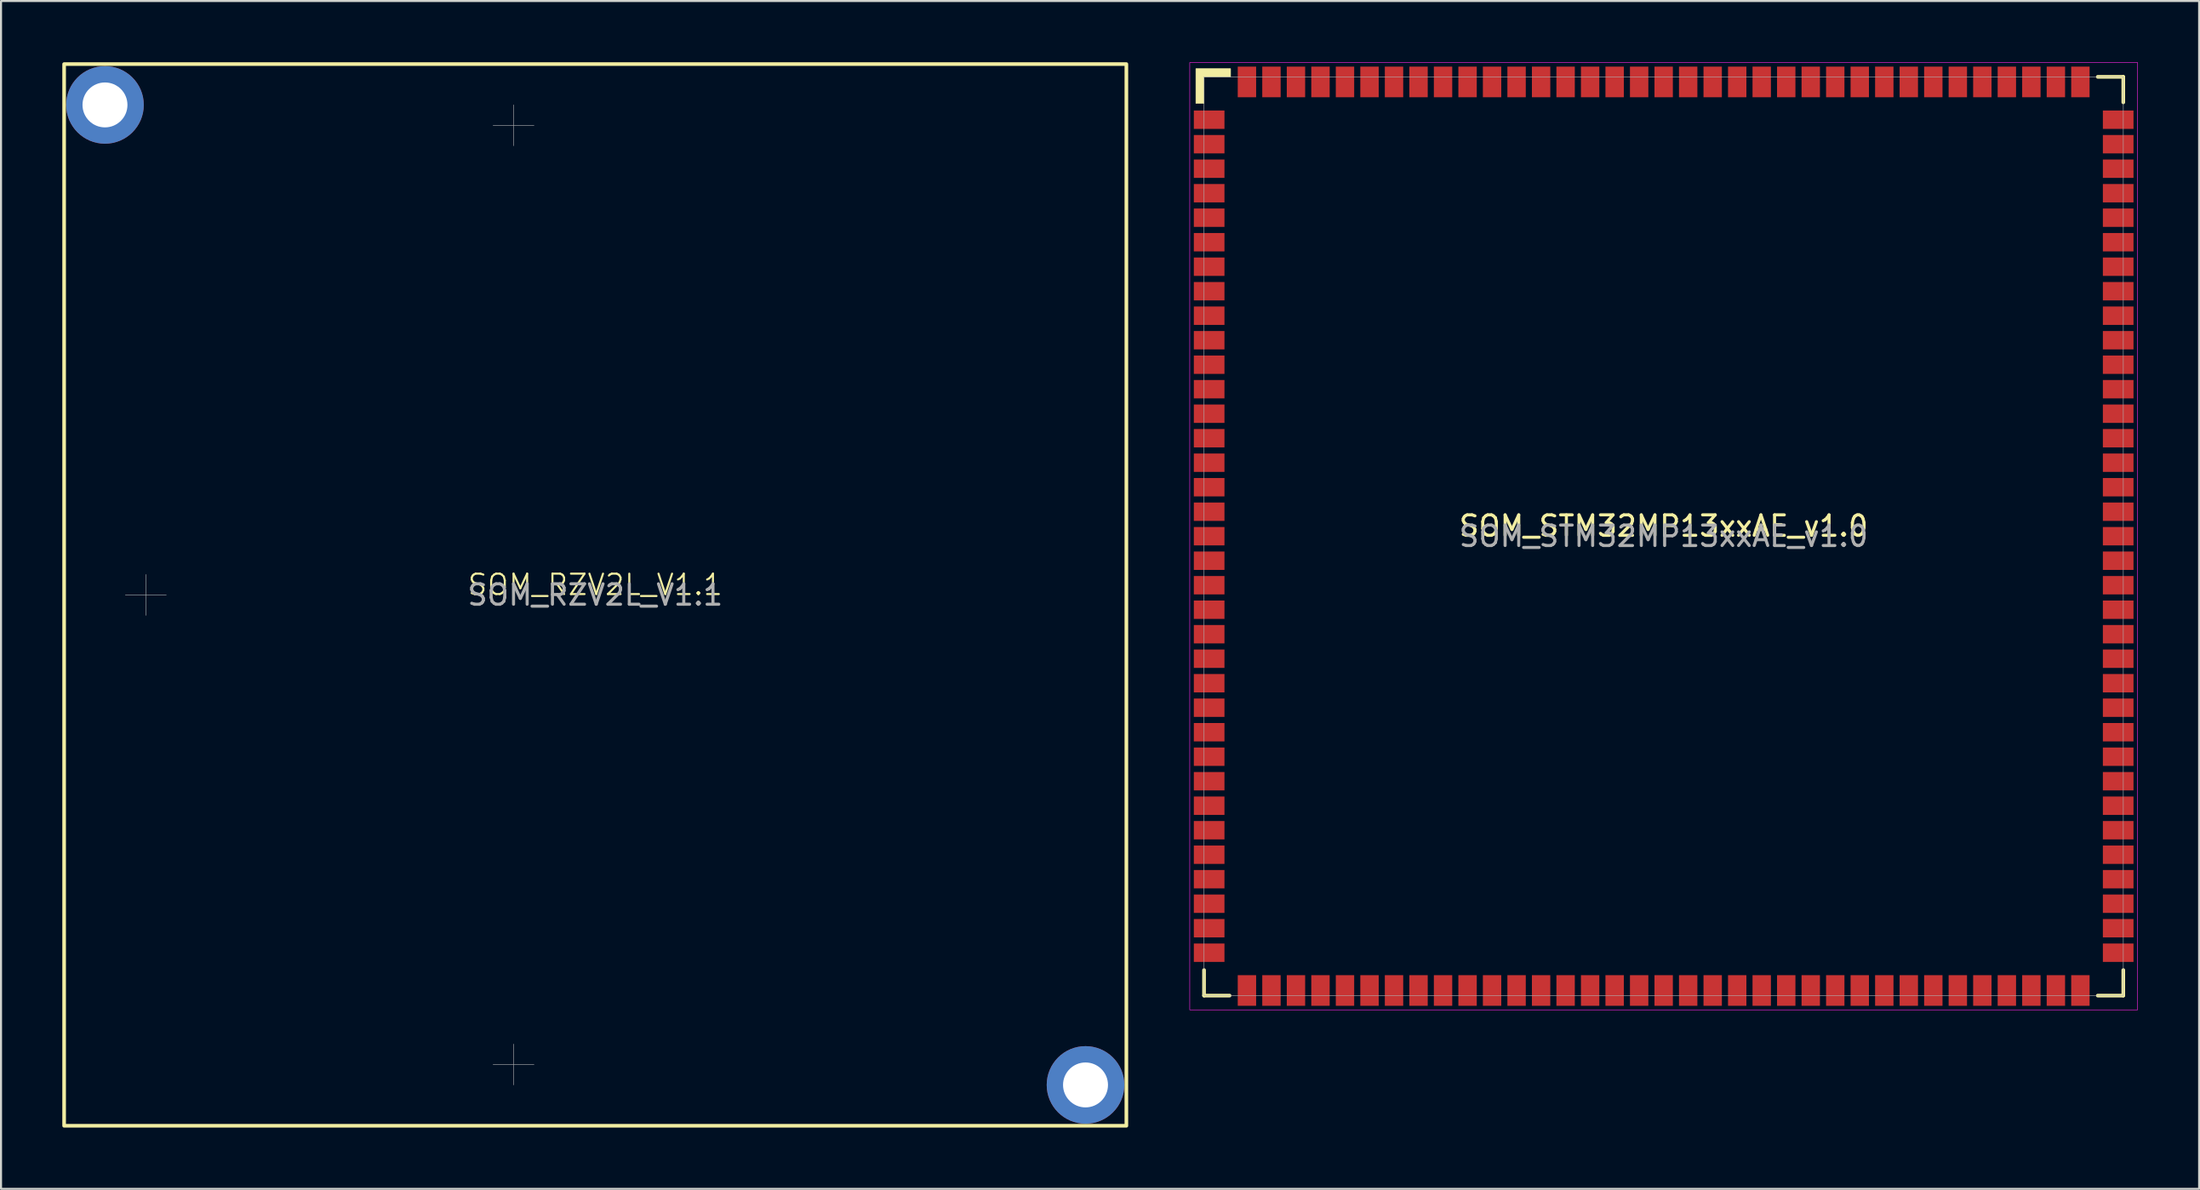
<source format=kicad_pcb>
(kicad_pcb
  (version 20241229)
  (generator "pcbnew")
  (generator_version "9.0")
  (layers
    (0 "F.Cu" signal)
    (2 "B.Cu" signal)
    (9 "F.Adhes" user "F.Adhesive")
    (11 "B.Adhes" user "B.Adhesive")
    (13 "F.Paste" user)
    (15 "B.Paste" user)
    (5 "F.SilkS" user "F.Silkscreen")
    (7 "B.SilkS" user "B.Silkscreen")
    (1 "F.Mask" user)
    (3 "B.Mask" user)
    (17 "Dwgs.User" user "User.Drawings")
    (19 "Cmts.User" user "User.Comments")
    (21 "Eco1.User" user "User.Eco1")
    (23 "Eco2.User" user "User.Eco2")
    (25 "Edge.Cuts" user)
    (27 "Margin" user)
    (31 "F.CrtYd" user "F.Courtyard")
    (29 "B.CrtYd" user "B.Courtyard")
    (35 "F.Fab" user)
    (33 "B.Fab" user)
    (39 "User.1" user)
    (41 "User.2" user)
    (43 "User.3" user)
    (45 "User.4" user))
  (footprint "SOM_RZV2L_V1.1"
    (layer "F.Cu")
    (at 26.089 26.089)
    (property "Reference" "SOM_RZV2L_V1.1" (at 0 -0.5 0) (unlocked yes) (layer "F.SilkS") (effects (font (size 1 1) (thickness 0.1))))
    (attr through_hole)
    (fp_rect (start -26 -26) (end 26 26) (stroke (width 0.178) (type solid)) (fill no) (layer "F.SilkS"))
    (fp_line (start -23 0) (end -21 0) (stroke (width 0.025) (type solid)) (layer "F.Fab"))
    (fp_line (start -22 1) (end -22 -1) (stroke (width 0.025) (type solid)) (layer "F.Fab"))
    (fp_line (start -5 -23) (end -3 -23) (stroke (width 0.025) (type solid)) (layer "F.Fab"))
    (fp_line (start -5 23) (end -3 23) (stroke (width 0.025) (type solid)) (layer "F.Fab"))
    (fp_line (start -4 -22) (end -4 -24) (stroke (width 0.025) (type solid)) (layer "F.Fab"))
    (fp_line (start -4 24) (end -4 22) (stroke (width 0.025) (type solid)) (layer "F.Fab"))
    (fp_text user "${REFERENCE}" (at 0 0 0) (unlocked yes) (layer "F.Fab") (effects (font (size 1 1) (thickness 0.15))))
    (pad "SH" thru_hole circle (at -24 -24) (size 3.8 3.8) (drill 2.2) (layers "*.Cu" "*.Mask"))
    (pad "SH" thru_hole circle (at 24 24) (size 3.8 3.8) (drill 2.2) (layers "*.Cu" "*.Mask")))
  (footprint "SOM_STM32MP13xxAE_v1.0"
    (layer "F.Cu")
    (at 78.391 23.213)
    (property "Reference" "SOM_STM32MP13xxAE_v1.0" (at 0 -0.5 0) (unlocked yes) (layer "F.SilkS") (effects (font (size 1 1) (thickness 0.15))))
    (attr smd)
    (fp_line (start -22.5 21.25) (end -22.5 22.5) (stroke (width 0.178) (type default)) (layer "F.SilkS"))
    (fp_line (start -21.25 22.5) (end -22.5 22.5) (stroke (width 0.178) (type default)) (layer "F.SilkS"))
    (fp_line (start 21.25 -22.5) (end 22.5 -22.5) (stroke (width 0.178) (type default)) (layer "F.SilkS"))
    (fp_line (start 21.25 22.5) (end 22.5 22.5) (stroke (width 0.178) (type default)) (layer "F.SilkS"))
    (fp_line (start 22.5 -21.25) (end 22.5 -22.5) (stroke (width 0.178) (type default)) (layer "F.SilkS"))
    (fp_line (start 22.5 22.5) (end 22.5 21.25) (stroke (width 0.178) (type default)) (layer "F.SilkS"))
    (fp_poly (pts (xy -22.9 -21.2) (xy -22.9 -22.9) (xy -21.2 -22.9) (xy -21.2 -22.5) (xy -22.5 -22.5) (xy -22.5 -21.2)) (stroke (width 0.025) (type solid)) (fill yes) (layer "F.SilkS"))
    (fp_rect (start -23.2 -23.2) (end 23.2 23.2) (stroke (width 0.025) (type solid)) (fill no) (layer "F.CrtYd"))
    (fp_rect (start -22.5 -22.5) (end 22.5 22.5) (stroke (width 0.025) (type solid)) (fill no) (layer "F.Fab"))
    (fp_text user "${REFERENCE}" (at 0 0 0) (unlocked yes) (layer "F.Fab") (effects (font (size 1 1) (thickness 0.15))))
    (pad "1" smd rect (at -22.25 -20.4) (size 1.5 0.9) (layers "F.Cu" "F.Mask" "F.Paste"))
    (pad "2" smd rect (at -22.25 -19.2) (size 1.5 0.9) (layers "F.Cu" "F.Mask" "F.Paste"))
    (pad "3" smd rect (at -22.25 -18) (size 1.5 0.9) (layers "F.Cu" "F.Mask" "F.Paste"))
    (pad "4" smd rect (at -22.25 -16.8) (size 1.5 0.9) (layers "F.Cu" "F.Mask" "F.Paste"))
    (pad "5" smd rect (at -22.25 -15.6) (size 1.5 0.9) (layers "F.Cu" "F.Mask" "F.Paste"))
    (pad "6" smd rect (at -22.25 -14.4) (size 1.5 0.9) (layers "F.Cu" "F.Mask" "F.Paste"))
    (pad "7" smd rect (at -22.25 -13.2) (size 1.5 0.9) (layers "F.Cu" "F.Mask" "F.Paste"))
    (pad "8" smd rect (at -22.25 -12) (size 1.5 0.9) (layers "F.Cu" "F.Mask" "F.Paste"))
    (pad "9" smd rect (at -22.25 -10.8) (size 1.5 0.9) (layers "F.Cu" "F.Mask" "F.Paste"))
    (pad "10" smd rect (at -22.25 -9.6) (size 1.5 0.9) (layers "F.Cu" "F.Mask" "F.Paste"))
    (pad "11" smd rect (at -22.25 -8.4) (size 1.5 0.9) (layers "F.Cu" "F.Mask" "F.Paste"))
    (pad "12" smd rect (at -22.25 -7.2) (size 1.5 0.9) (layers "F.Cu" "F.Mask" "F.Paste"))
    (pad "13" smd rect (at -22.25 -6) (size 1.5 0.9) (layers "F.Cu" "F.Mask" "F.Paste"))
    (pad "14" smd rect (at -22.25 -4.8) (size 1.5 0.9) (layers "F.Cu" "F.Mask" "F.Paste"))
    (pad "15" smd rect (at -22.25 -3.6) (size 1.5 0.9) (layers "F.Cu" "F.Mask" "F.Paste"))
    (pad "16" smd rect (at -22.25 -2.4) (size 1.5 0.9) (layers "F.Cu" "F.Mask" "F.Paste"))
    (pad "17" smd rect (at -22.25 -1.2) (size 1.5 0.9) (layers "F.Cu" "F.Mask" "F.Paste"))
    (pad "18" smd rect (at -22.25 0) (size 1.5 0.9) (layers "F.Cu" "F.Mask" "F.Paste"))
    (pad "19" smd rect (at -22.25 1.2) (size 1.5 0.9) (layers "F.Cu" "F.Mask" "F.Paste"))
    (pad "20" smd rect (at -22.25 2.4) (size 1.5 0.9) (layers "F.Cu" "F.Mask" "F.Paste"))
    (pad "21" smd rect (at -22.25 3.6) (size 1.5 0.9) (layers "F.Cu" "F.Mask" "F.Paste"))
    (pad "22" smd rect (at -22.25 4.8) (size 1.5 0.9) (layers "F.Cu" "F.Mask" "F.Paste"))
    (pad "23" smd rect (at -22.25 6) (size 1.5 0.9) (layers "F.Cu" "F.Mask" "F.Paste"))
    (pad "24" smd rect (at -22.25 7.2) (size 1.5 0.9) (layers "F.Cu" "F.Mask" "F.Paste"))
    (pad "25" smd rect (at -22.25 8.4) (size 1.5 0.9) (layers "F.Cu" "F.Mask" "F.Paste"))
    (pad "26" smd rect (at -22.25 9.6) (size 1.5 0.9) (layers "F.Cu" "F.Mask" "F.Paste"))
    (pad "27" smd rect (at -22.25 10.8) (size 1.5 0.9) (layers "F.Cu" "F.Mask" "F.Paste"))
    (pad "28" smd rect (at -22.25 12) (size 1.5 0.9) (layers "F.Cu" "F.Mask" "F.Paste"))
    (pad "29" smd rect (at -22.25 13.2) (size 1.5 0.9) (layers "F.Cu" "F.Mask" "F.Paste"))
    (pad "30" smd rect (at -22.25 14.4) (size 1.5 0.9) (layers "F.Cu" "F.Mask" "F.Paste"))
    (pad "31" smd rect (at -22.25 15.6) (size 1.5 0.9) (layers "F.Cu" "F.Mask" "F.Paste"))
    (pad "32" smd rect (at -22.25 16.8) (size 1.5 0.9) (layers "F.Cu" "F.Mask" "F.Paste"))
    (pad "33" smd rect (at -22.25 18) (size 1.5 0.9) (layers "F.Cu" "F.Mask" "F.Paste"))
    (pad "34" smd rect (at -22.25 19.2) (size 1.5 0.9) (layers "F.Cu" "F.Mask" "F.Paste"))
    (pad "35" smd rect (at -22.25 20.4) (size 1.5 0.9) (layers "F.Cu" "F.Mask" "F.Paste"))
    (pad "36" smd rect (at -20.4 22.25) (size 0.9 1.5) (layers "F.Cu" "F.Mask" "F.Paste"))
    (pad "37" smd rect (at -19.2 22.25) (size 0.9 1.5) (layers "F.Cu" "F.Mask" "F.Paste"))
    (pad "38" smd rect (at -18 22.25) (size 0.9 1.5) (layers "F.Cu" "F.Mask" "F.Paste"))
    (pad "39" smd rect (at -16.8 22.25) (size 0.9 1.5) (layers "F.Cu" "F.Mask" "F.Paste"))
    (pad "40" smd rect (at -15.6 22.25) (size 0.9 1.5) (layers "F.Cu" "F.Mask" "F.Paste"))
    (pad "41" smd rect (at -14.4 22.25) (size 0.9 1.5) (layers "F.Cu" "F.Mask" "F.Paste"))
    (pad "42" smd rect (at -13.2 22.25) (size 0.9 1.5) (layers "F.Cu" "F.Mask" "F.Paste"))
    (pad "43" smd rect (at -12 22.25) (size 0.9 1.5) (layers "F.Cu" "F.Mask" "F.Paste"))
    (pad "44" smd rect (at -10.8 22.25) (size 0.9 1.5) (layers "F.Cu" "F.Mask" "F.Paste"))
    (pad "45" smd rect (at -9.6 22.25) (size 0.9 1.5) (layers "F.Cu" "F.Mask" "F.Paste"))
    (pad "46" smd rect (at -8.4 22.25) (size 0.9 1.5) (layers "F.Cu" "F.Mask" "F.Paste"))
    (pad "47" smd rect (at -7.2 22.25) (size 0.9 1.5) (layers "F.Cu" "F.Mask" "F.Paste"))
    (pad "48" smd rect (at -6 22.25) (size 0.9 1.5) (layers "F.Cu" "F.Mask" "F.Paste"))
    (pad "49" smd rect (at -4.8 22.25) (size 0.9 1.5) (layers "F.Cu" "F.Mask" "F.Paste"))
    (pad "50" smd rect (at -3.6 22.25) (size 0.9 1.5) (layers "F.Cu" "F.Mask" "F.Paste"))
    (pad "51" smd rect (at -2.4 22.25) (size 0.9 1.5) (layers "F.Cu" "F.Mask" "F.Paste"))
    (pad "52" smd rect (at -1.2 22.25) (size 0.9 1.5) (layers "F.Cu" "F.Mask" "F.Paste"))
    (pad "53" smd rect (at 0 22.25) (size 0.9 1.5) (layers "F.Cu" "F.Mask" "F.Paste"))
    (pad "54" smd rect (at 1.2 22.25) (size 0.9 1.5) (layers "F.Cu" "F.Mask" "F.Paste"))
    (pad "55" smd rect (at 2.4 22.25) (size 0.9 1.5) (layers "F.Cu" "F.Mask" "F.Paste"))
    (pad "56" smd rect (at 3.6 22.25) (size 0.9 1.5) (layers "F.Cu" "F.Mask" "F.Paste"))
    (pad "57" smd rect (at 4.8 22.25) (size 0.9 1.5) (layers "F.Cu" "F.Mask" "F.Paste"))
    (pad "58" smd rect (at 6 22.25) (size 0.9 1.5) (layers "F.Cu" "F.Mask" "F.Paste"))
    (pad "59" smd rect (at 7.2 22.25) (size 0.9 1.5) (layers "F.Cu" "F.Mask" "F.Paste"))
    (pad "60" smd rect (at 8.4 22.25) (size 0.9 1.5) (layers "F.Cu" "F.Mask" "F.Paste"))
    (pad "61" smd rect (at 9.6 22.25) (size 0.9 1.5) (layers "F.Cu" "F.Mask" "F.Paste"))
    (pad "62" smd rect (at 10.8 22.25) (size 0.9 1.5) (layers "F.Cu" "F.Mask" "F.Paste"))
    (pad "63" smd rect (at 12 22.25) (size 0.9 1.5) (layers "F.Cu" "F.Mask" "F.Paste"))
    (pad "64" smd rect (at 13.2 22.25) (size 0.9 1.5) (layers "F.Cu" "F.Mask" "F.Paste"))
    (pad "65" smd rect (at 14.4 22.25) (size 0.9 1.5) (layers "F.Cu" "F.Mask" "F.Paste"))
    (pad "66" smd rect (at 15.6 22.25) (size 0.9 1.5) (layers "F.Cu" "F.Mask" "F.Paste"))
    (pad "67" smd rect (at 16.8 22.25) (size 0.9 1.5) (layers "F.Cu" "F.Mask" "F.Paste"))
    (pad "68" smd rect (at 18 22.25) (size 0.9 1.5) (layers "F.Cu" "F.Mask" "F.Paste"))
    (pad "69" smd rect (at 19.2 22.25) (size 0.9 1.5) (layers "F.Cu" "F.Mask" "F.Paste"))
    (pad "70" smd rect (at 20.4 22.25) (size 0.9 1.5) (layers "F.Cu" "F.Mask" "F.Paste"))
    (pad "71" smd rect (at 22.25 20.4) (size 1.5 0.9) (layers "F.Cu" "F.Mask" "F.Paste"))
    (pad "72" smd rect (at 22.25 19.2) (size 1.5 0.9) (layers "F.Cu" "F.Mask" "F.Paste"))
    (pad "73" smd rect (at 22.25 18) (size 1.5 0.9) (layers "F.Cu" "F.Mask" "F.Paste"))
    (pad "74" smd rect (at 22.25 16.8) (size 1.5 0.9) (layers "F.Cu" "F.Mask" "F.Paste"))
    (pad "75" smd rect (at 22.25 15.6) (size 1.5 0.9) (layers "F.Cu" "F.Mask" "F.Paste"))
    (pad "76" smd rect (at 22.25 14.4) (size 1.5 0.9) (layers "F.Cu" "F.Mask" "F.Paste"))
    (pad "77" smd rect (at 22.25 13.2) (size 1.5 0.9) (layers "F.Cu" "F.Mask" "F.Paste"))
    (pad "78" smd rect (at 22.25 12) (size 1.5 0.9) (layers "F.Cu" "F.Mask" "F.Paste"))
    (pad "79" smd rect (at 22.25 10.8) (size 1.5 0.9) (layers "F.Cu" "F.Mask" "F.Paste"))
    (pad "80" smd rect (at 22.25 9.6) (size 1.5 0.9) (layers "F.Cu" "F.Mask" "F.Paste"))
    (pad "81" smd rect (at 22.25 8.4) (size 1.5 0.9) (layers "F.Cu" "F.Mask" "F.Paste"))
    (pad "82" smd rect (at 22.25 7.2) (size 1.5 0.9) (layers "F.Cu" "F.Mask" "F.Paste"))
    (pad "83" smd rect (at 22.25 6) (size 1.5 0.9) (layers "F.Cu" "F.Mask" "F.Paste"))
    (pad "84" smd rect (at 22.25 4.8) (size 1.5 0.9) (layers "F.Cu" "F.Mask" "F.Paste"))
    (pad "85" smd rect (at 22.25 3.6) (size 1.5 0.9) (layers "F.Cu" "F.Mask" "F.Paste"))
    (pad "86" smd rect (at 22.25 2.4) (size 1.5 0.9) (layers "F.Cu" "F.Mask" "F.Paste"))
    (pad "87" smd rect (at 22.25 1.2) (size 1.5 0.9) (layers "F.Cu" "F.Mask" "F.Paste"))
    (pad "88" smd rect (at 22.25 0) (size 1.5 0.9) (layers "F.Cu" "F.Mask" "F.Paste"))
    (pad "89" smd rect (at 22.25 -1.2) (size 1.5 0.9) (layers "F.Cu" "F.Mask" "F.Paste"))
    (pad "90" smd rect (at 22.25 -2.4) (size 1.5 0.9) (layers "F.Cu" "F.Mask" "F.Paste"))
    (pad "91" smd rect (at 22.25 -3.6) (size 1.5 0.9) (layers "F.Cu" "F.Mask" "F.Paste"))
    (pad "92" smd rect (at 22.25 -4.8) (size 1.5 0.9) (layers "F.Cu" "F.Mask" "F.Paste"))
    (pad "93" smd rect (at 22.25 -6) (size 1.5 0.9) (layers "F.Cu" "F.Mask" "F.Paste"))
    (pad "94" smd rect (at 22.25 -7.2) (size 1.5 0.9) (layers "F.Cu" "F.Mask" "F.Paste"))
    (pad "95" smd rect (at 22.25 -8.4) (size 1.5 0.9) (layers "F.Cu" "F.Mask" "F.Paste"))
    (pad "96" smd rect (at 22.25 -9.6) (size 1.5 0.9) (layers "F.Cu" "F.Mask" "F.Paste"))
    (pad "97" smd rect (at 22.25 -10.8) (size 1.5 0.9) (layers "F.Cu" "F.Mask" "F.Paste"))
    (pad "98" smd rect (at 22.25 -12) (size 1.5 0.9) (layers "F.Cu" "F.Mask" "F.Paste"))
    (pad "99" smd rect (at 22.25 -13.2) (size 1.5 0.9) (layers "F.Cu" "F.Mask" "F.Paste"))
    (pad "100" smd rect (at 22.25 -14.4) (size 1.5 0.9) (layers "F.Cu" "F.Mask" "F.Paste"))
    (pad "101" smd rect (at 22.25 -15.6) (size 1.5 0.9) (layers "F.Cu" "F.Mask" "F.Paste"))
    (pad "102" smd rect (at 22.25 -16.8) (size 1.5 0.9) (layers "F.Cu" "F.Mask" "F.Paste"))
    (pad "103" smd rect (at 22.25 -18) (size 1.5 0.9) (layers "F.Cu" "F.Mask" "F.Paste"))
    (pad "104" smd rect (at 22.25 -19.2) (size 1.5 0.9) (layers "F.Cu" "F.Mask" "F.Paste"))
    (pad "105" smd rect (at 22.25 -20.4) (size 1.5 0.9) (layers "F.Cu" "F.Mask" "F.Paste"))
    (pad "106" smd rect (at 20.4 -22.25) (size 0.9 1.5) (layers "F.Cu" "F.Mask" "F.Paste"))
    (pad "107" smd rect (at 19.2 -22.25) (size 0.9 1.5) (layers "F.Cu" "F.Mask" "F.Paste"))
    (pad "108" smd rect (at 18 -22.25) (size 0.9 1.5) (layers "F.Cu" "F.Mask" "F.Paste"))
    (pad "109" smd rect (at 16.8 -22.25) (size 0.9 1.5) (layers "F.Cu" "F.Mask" "F.Paste"))
    (pad "110" smd rect (at 15.6 -22.25) (size 0.9 1.5) (layers "F.Cu" "F.Mask" "F.Paste"))
    (pad "111" smd rect (at 14.4 -22.25) (size 0.9 1.5) (layers "F.Cu" "F.Mask" "F.Paste"))
    (pad "112" smd rect (at 13.2 -22.25) (size 0.9 1.5) (layers "F.Cu" "F.Mask" "F.Paste"))
    (pad "113" smd rect (at 12 -22.25) (size 0.9 1.5) (layers "F.Cu" "F.Mask" "F.Paste"))
    (pad "114" smd rect (at 10.8 -22.25) (size 0.9 1.5) (layers "F.Cu" "F.Mask" "F.Paste"))
    (pad "115" smd rect (at 9.6 -22.25) (size 0.9 1.5) (layers "F.Cu" "F.Mask" "F.Paste"))
    (pad "116" smd rect (at 8.4 -22.25) (size 0.9 1.5) (layers "F.Cu" "F.Mask" "F.Paste"))
    (pad "117" smd rect (at 7.2 -22.25) (size 0.9 1.5) (layers "F.Cu" "F.Mask" "F.Paste"))
    (pad "118" smd rect (at 6 -22.25) (size 0.9 1.5) (layers "F.Cu" "F.Mask" "F.Paste"))
    (pad "119" smd rect (at 4.8 -22.25) (size 0.9 1.5) (layers "F.Cu" "F.Mask" "F.Paste"))
    (pad "120" smd rect (at 3.6 -22.25) (size 0.9 1.5) (layers "F.Cu" "F.Mask" "F.Paste"))
    (pad "121" smd rect (at 2.4 -22.25) (size 0.9 1.5) (layers "F.Cu" "F.Mask" "F.Paste"))
    (pad "122" smd rect (at 1.2 -22.25) (size 0.9 1.5) (layers "F.Cu" "F.Mask" "F.Paste"))
    (pad "123" smd rect (at 0 -22.25) (size 0.9 1.5) (layers "F.Cu" "F.Mask" "F.Paste"))
    (pad "124" smd rect (at -1.2 -22.25) (size 0.9 1.5) (layers "F.Cu" "F.Mask" "F.Paste"))
    (pad "125" smd rect (at -2.4 -22.25) (size 0.9 1.5) (layers "F.Cu" "F.Mask" "F.Paste"))
    (pad "126" smd rect (at -3.6 -22.25) (size 0.9 1.5) (layers "F.Cu" "F.Mask" "F.Paste"))
    (pad "127" smd rect (at -4.8 -22.25) (size 0.9 1.5) (layers "F.Cu" "F.Mask" "F.Paste"))
    (pad "128" smd rect (at -6 -22.25) (size 0.9 1.5) (layers "F.Cu" "F.Mask" "F.Paste"))
    (pad "129" smd rect (at -7.2 -22.25) (size 0.9 1.5) (layers "F.Cu" "F.Mask" "F.Paste"))
    (pad "130" smd rect (at -8.4 -22.25) (size 0.9 1.5) (layers "F.Cu" "F.Mask" "F.Paste"))
    (pad "131" smd rect (at -9.6 -22.25) (size 0.9 1.5) (layers "F.Cu" "F.Mask" "F.Paste"))
    (pad "132" smd rect (at -10.8 -22.25) (size 0.9 1.5) (layers "F.Cu" "F.Mask" "F.Paste"))
    (pad "133" smd rect (at -12 -22.25) (size 0.9 1.5) (layers "F.Cu" "F.Mask" "F.Paste"))
    (pad "134" smd rect (at -13.2 -22.25) (size 0.9 1.5) (layers "F.Cu" "F.Mask" "F.Paste"))
    (pad "135" smd rect (at -14.4 -22.25) (size 0.9 1.5) (layers "F.Cu" "F.Mask" "F.Paste"))
    (pad "136" smd rect (at -15.6 -22.25) (size 0.9 1.5) (layers "F.Cu" "F.Mask" "F.Paste"))
    (pad "137" smd rect (at -16.8 -22.25) (size 0.9 1.5) (layers "F.Cu" "F.Mask" "F.Paste"))
    (pad "138" smd rect (at -18 -22.25) (size 0.9 1.5) (layers "F.Cu" "F.Mask" "F.Paste"))
    (pad "139" smd rect (at -19.2 -22.25) (size 0.9 1.5) (layers "F.Cu" "F.Mask" "F.Paste"))
    (pad "140" smd rect (at -20.4 -22.25) (size 0.9 1.5) (layers "F.Cu" "F.Mask" "F.Paste")))
  (gr_rect
    (start -3 -3)
    (end 104.603 55.178)
    (stroke (width 0.1) (type default))
    (fill no)
    (layer "Edge.Cuts")))
</source>
